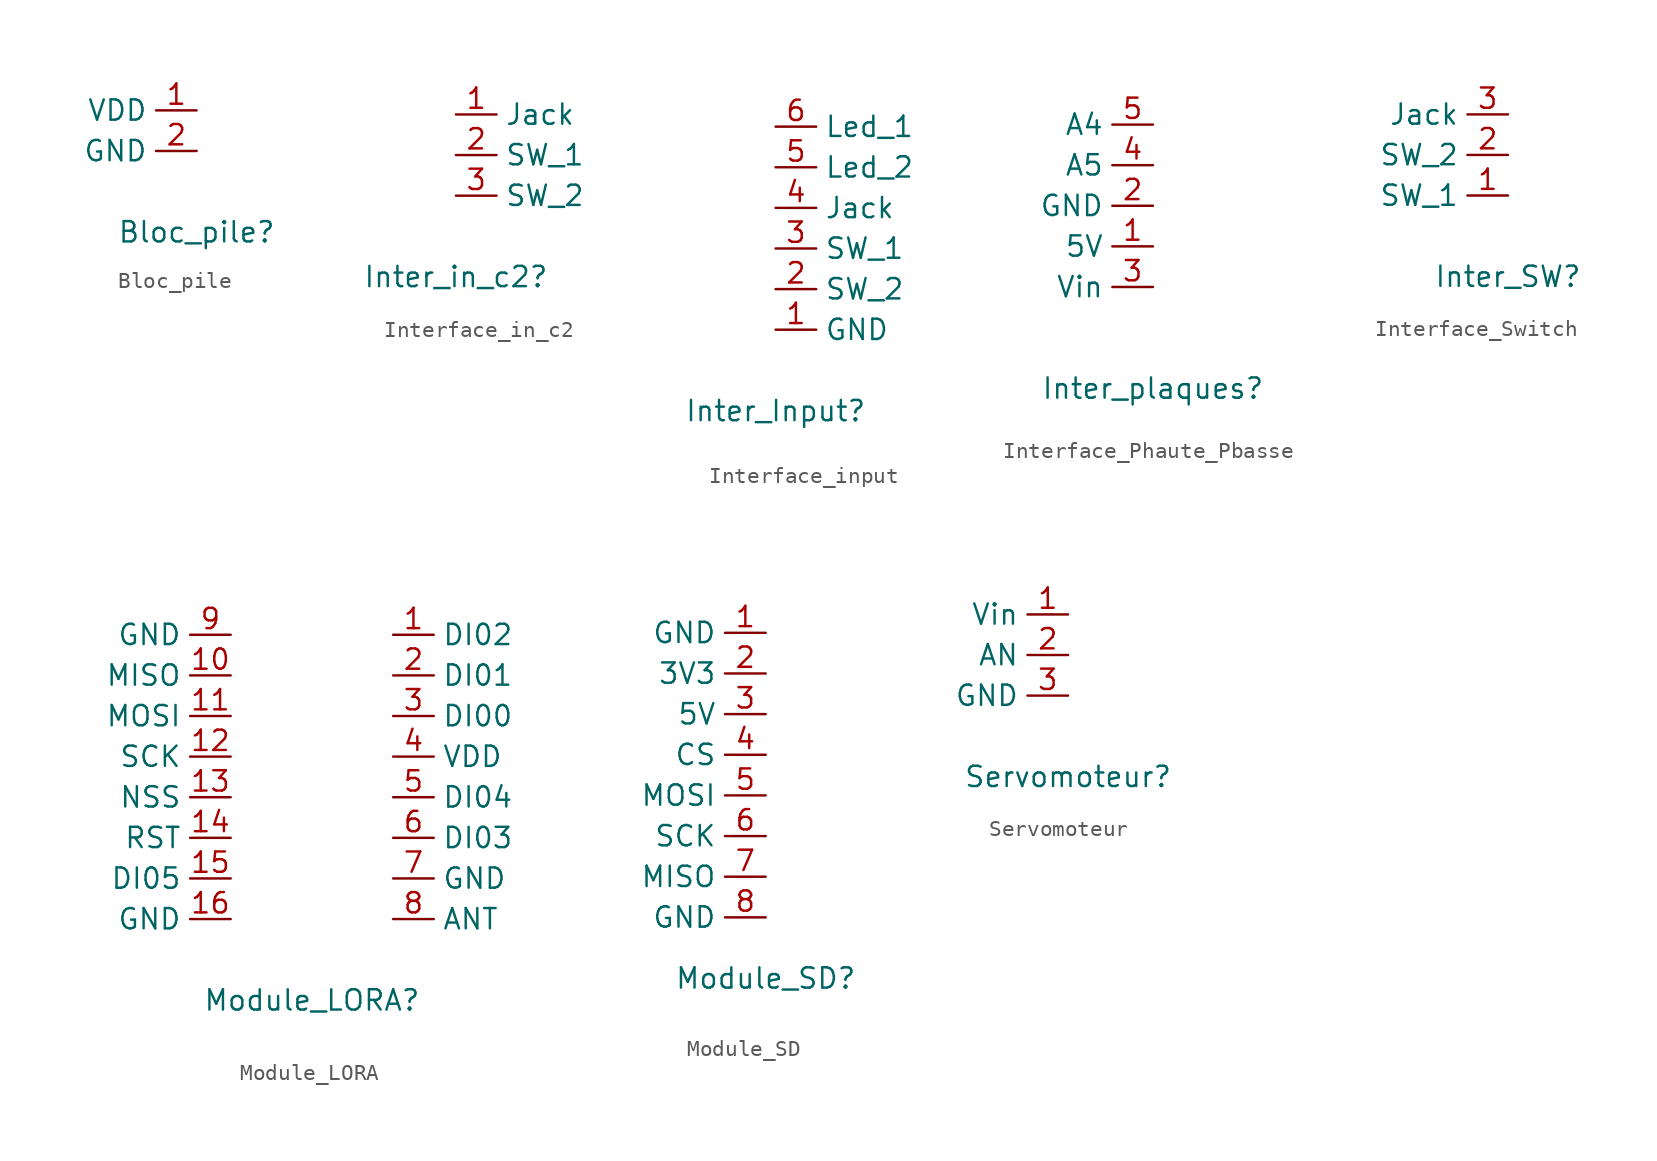
<source format=kicad_sym>
(kicad_symbol_lib
  (version 20231120)
  (generator "kicad_symbol_editor")
  (generator_version "8.0")
  (symbol "Bloc_pile"
    (property "Reference" "Bloc_pile"
      (at 0 0 0)
      (effects (font (size 1.27 1.27))))
    (property "Value" ""
      (at 0 0 0)
      (effects (font (size 1.27 1.27))))
    (symbol "Bloc_pile_1_1"
      (pin bidirectional line (at 0 7.62 180) (length 2.54) (name "VDD" (effects (font (size 1.27 1.27)))) (number "1" (effects (font (size 1.27 1.27)))))
      (pin bidirectional line (at 0 5.08 180) (length 2.54) (name "GND" (effects (font (size 1.27 1.27)))) (number "2" (effects (font (size 1.27 1.27)))))))
  (symbol "Interface_in_c2"
    (property "Reference" "Inter_in_c2"
      (at 0 0 0)
      (effects (font (size 1.27 1.27))))
    (property "Value" ""
      (at 0 0 0)
      (effects (font (size 1.27 1.27))))
    (symbol "Interface_in_c2_1_1"
      (pin bidirectional line (at 0 10.16 0) (length 2.54) (name "Jack" (effects (font (size 1.27 1.27)))) (number "1" (effects (font (size 1.27 1.27)))))
      (pin bidirectional line (at 0 7.62 0) (length 2.54) (name "SW_1" (effects (font (size 1.27 1.27)))) (number "2" (effects (font (size 1.27 1.27)))))
      (pin bidirectional line (at 0 5.08 0) (length 2.54) (name "SW_2" (effects (font (size 1.27 1.27)))) (number "3" (effects (font (size 1.27 1.27)))))))
  (symbol "Interface_input"
    (property "Reference" "Inter_Input"
      (at 0 0 0)
      (effects (font (size 1.27 1.27))))
    (property "Value" ""
      (at 0 0 0)
      (effects (font (size 1.27 1.27))))
    (symbol "Interface_input_1_1"
      (pin bidirectional line (at 0 5.08 0) (length 2.54) (name "GND" (effects (font (size 1.27 1.27)))) (number "1" (effects (font (size 1.27 1.27)))))
      (pin bidirectional line (at 0 7.62 0) (length 2.54) (name "SW_2" (effects (font (size 1.27 1.27)))) (number "2" (effects (font (size 1.27 1.27)))))
      (pin bidirectional line (at 0 10.16 0) (length 2.54) (name "SW_1" (effects (font (size 1.27 1.27)))) (number "3" (effects (font (size 1.27 1.27)))))
      (pin bidirectional line (at 0 12.7 0) (length 2.54) (name "Jack" (effects (font (size 1.27 1.27)))) (number "4" (effects (font (size 1.27 1.27)))))
      (pin bidirectional line (at 0 15.24 0) (length 2.54) (name "Led_2" (effects (font (size 1.27 1.27)))) (number "5" (effects (font (size 1.27 1.27)))))
      (pin bidirectional line (at 0 17.78 0) (length 2.54) (name "Led_1" (effects (font (size 1.27 1.27)))) (number "6" (effects (font (size 1.27 1.27)))))))
  (symbol "Interface_Phaute_Pbasse"
    (property "Reference" "Inter_plaques"
      (at 0 0 0)
      (effects (font (size 1.27 1.27))))
    (property "Value" ""
      (at 0 0 0)
      (effects (font (size 1.27 1.27))))
    (symbol "Interface_Phaute_Pbasse_1_1"
      (pin bidirectional line (at 0 8.89 180) (length 2.54) (name "5V" (effects (font (size 1.27 1.27)))) (number "1" (effects (font (size 1.27 1.27)))))
      (pin bidirectional line (at 0 11.43 180) (length 2.54) (name "GND" (effects (font (size 1.27 1.27)))) (number "2" (effects (font (size 1.27 1.27)))))
      (pin bidirectional line (at 0 6.35 180) (length 2.54) (name "Vin" (effects (font (size 1.27 1.27)))) (number "3" (effects (font (size 1.27 1.27)))))
      (pin bidirectional line (at 0 13.97 180) (length 2.54) (name "A5" (effects (font (size 1.27 1.27)))) (number "4" (effects (font (size 1.27 1.27)))))
      (pin bidirectional line (at 0 16.51 180) (length 2.54) (name "A4" (effects (font (size 1.27 1.27)))) (number "5" (effects (font (size 1.27 1.27)))))))
  (symbol "Interface_Switch"
    (property "Reference" "Inter_SW"
      (at 0 0 0)
      (effects (font (size 1.27 1.27))))
    (property "Value" ""
      (at 0 0 0)
      (effects (font (size 1.27 1.27))))
    (symbol "Interface_Switch_1_1"
      (pin bidirectional line (at 0 5.08 180) (length 2.54) (name "SW_1" (effects (font (size 1.27 1.27)))) (number "1" (effects (font (size 1.27 1.27)))))
      (pin bidirectional line (at 0 7.62 180) (length 2.54) (name "SW_2" (effects (font (size 1.27 1.27)))) (number "2" (effects (font (size 1.27 1.27)))))
      (pin bidirectional line (at 0 10.16 180) (length 2.54) (name "Jack" (effects (font (size 1.27 1.27)))) (number "3" (effects (font (size 1.27 1.27)))))))
  (symbol "Module_LORA"
    (property "Reference" "Module_LORA"
      (at 0 0 0)
      (effects (font (size 1.27 1.27))))
    (property "Value" ""
      (at 0 0 0)
      (effects (font (size 1.27 1.27))))
    (symbol "Module_LORA_1_1"
      (pin bidirectional line (at 5.08 22.86 0) (length 2.54) (name "DI02" (effects (font (size 1.27 1.27)))) (number "1" (effects (font (size 1.27 1.27)))))
      (pin bidirectional line (at -5.08 20.32 180) (length 2.54) (name "MISO" (effects (font (size 1.27 1.27)))) (number "10" (effects (font (size 1.27 1.27)))))
      (pin bidirectional line (at -5.08 17.78 180) (length 2.54) (name "MOSI" (effects (font (size 1.27 1.27)))) (number "11" (effects (font (size 1.27 1.27)))))
      (pin bidirectional line (at -5.08 15.24 180) (length 2.54) (name "SCK" (effects (font (size 1.27 1.27)))) (number "12" (effects (font (size 1.27 1.27)))))
      (pin bidirectional line (at -5.08 12.7 180) (length 2.54) (name "NSS" (effects (font (size 1.27 1.27)))) (number "13" (effects (font (size 1.27 1.27)))))
      (pin bidirectional line (at -5.08 10.16 180) (length 2.54) (name "RST" (effects (font (size 1.27 1.27)))) (number "14" (effects (font (size 1.27 1.27)))))
      (pin bidirectional line (at -5.08 7.62 180) (length 2.54) (name "DI05" (effects (font (size 1.27 1.27)))) (number "15" (effects (font (size 1.27 1.27)))))
      (pin bidirectional line (at -5.08 5.08 180) (length 2.54) (name "GND" (effects (font (size 1.27 1.27)))) (number "16" (effects (font (size 1.27 1.27)))))
      (pin bidirectional line (at 5.08 20.32 0) (length 2.54) (name "DI01" (effects (font (size 1.27 1.27)))) (number "2" (effects (font (size 1.27 1.27)))))
      (pin bidirectional line (at 5.08 17.78 0) (length 2.54) (name "DI00" (effects (font (size 1.27 1.27)))) (number "3" (effects (font (size 1.27 1.27)))))
      (pin bidirectional line (at 5.08 15.24 0) (length 2.54) (name "VDD" (effects (font (size 1.27 1.27)))) (number "4" (effects (font (size 1.27 1.27)))))
      (pin bidirectional line (at 5.08 12.7 0) (length 2.54) (name "DI04" (effects (font (size 1.27 1.27)))) (number "5" (effects (font (size 1.27 1.27)))))
      (pin bidirectional line (at 5.08 10.16 0) (length 2.54) (name "DI03" (effects (font (size 1.27 1.27)))) (number "6" (effects (font (size 1.27 1.27)))))
      (pin bidirectional line (at 5.08 7.62 0) (length 2.54) (name "GND" (effects (font (size 1.27 1.27)))) (number "7" (effects (font (size 1.27 1.27)))))
      (pin bidirectional line (at 5.08 5.08 0) (length 2.54) (name "ANT" (effects (font (size 1.27 1.27)))) (number "8" (effects (font (size 1.27 1.27)))))
      (pin bidirectional line (at -5.08 22.86 180) (length 2.54) (name "GND" (effects (font (size 1.27 1.27)))) (number "9" (effects (font (size 1.27 1.27)))))))
  (symbol "Module_SD"
    (property "Reference" "Module_SD"
      (at 0 0 0)
      (effects (font (size 1.27 1.27))))
    (property "Value" ""
      (at 0 0 0)
      (effects (font (size 1.27 1.27))))
    (symbol "Module_SD_1_1"
      (pin bidirectional line (at 0 21.59 180) (length 2.54) (name "GND" (effects (font (size 1.27 1.27)))) (number "1" (effects (font (size 1.27 1.27)))))
      (pin bidirectional line (at 0 19.05 180) (length 2.54) (name "3V3" (effects (font (size 1.27 1.27)))) (number "2" (effects (font (size 1.27 1.27)))))
      (pin bidirectional line (at 0 16.51 180) (length 2.54) (name "5V" (effects (font (size 1.27 1.27)))) (number "3" (effects (font (size 1.27 1.27)))))
      (pin bidirectional line (at 0 13.97 180) (length 2.54) (name "CS" (effects (font (size 1.27 1.27)))) (number "4" (effects (font (size 1.27 1.27)))))
      (pin bidirectional line (at 0 11.43 180) (length 2.54) (name "MOSI" (effects (font (size 1.27 1.27)))) (number "5" (effects (font (size 1.27 1.27)))))
      (pin bidirectional line (at 0 8.89 180) (length 2.54) (name "SCK" (effects (font (size 1.27 1.27)))) (number "6" (effects (font (size 1.27 1.27)))))
      (pin bidirectional line (at 0 6.35 180) (length 2.54) (name "MISO" (effects (font (size 1.27 1.27)))) (number "7" (effects (font (size 1.27 1.27)))))
      (pin bidirectional line (at 0 3.81 180) (length 2.54) (name "GND" (effects (font (size 1.27 1.27)))) (number "8" (effects (font (size 1.27 1.27)))))))
  (symbol "Servomoteur"
    (property "Reference" "Servomoteur"
      (at 0 0 0)
      (effects (font (size 1.27 1.27))))
    (property "Value" ""
      (at 0 0 0)
      (effects (font (size 1.27 1.27))))
    (symbol "Servomoteur_1_1"
      (pin bidirectional line (at 0 10.16 180) (length 2.54) (name "Vin" (effects (font (size 1.27 1.27)))) (number "1" (effects (font (size 1.27 1.27)))))
      (pin bidirectional line (at 0 7.62 180) (length 2.54) (name "AN" (effects (font (size 1.27 1.27)))) (number "2" (effects (font (size 1.27 1.27)))))
      (pin bidirectional line (at 0 5.08 180) (length 2.54) (name "GND" (effects (font (size 1.27 1.27)))) (number "3" (effects (font (size 1.27 1.27))))))))
</source>
